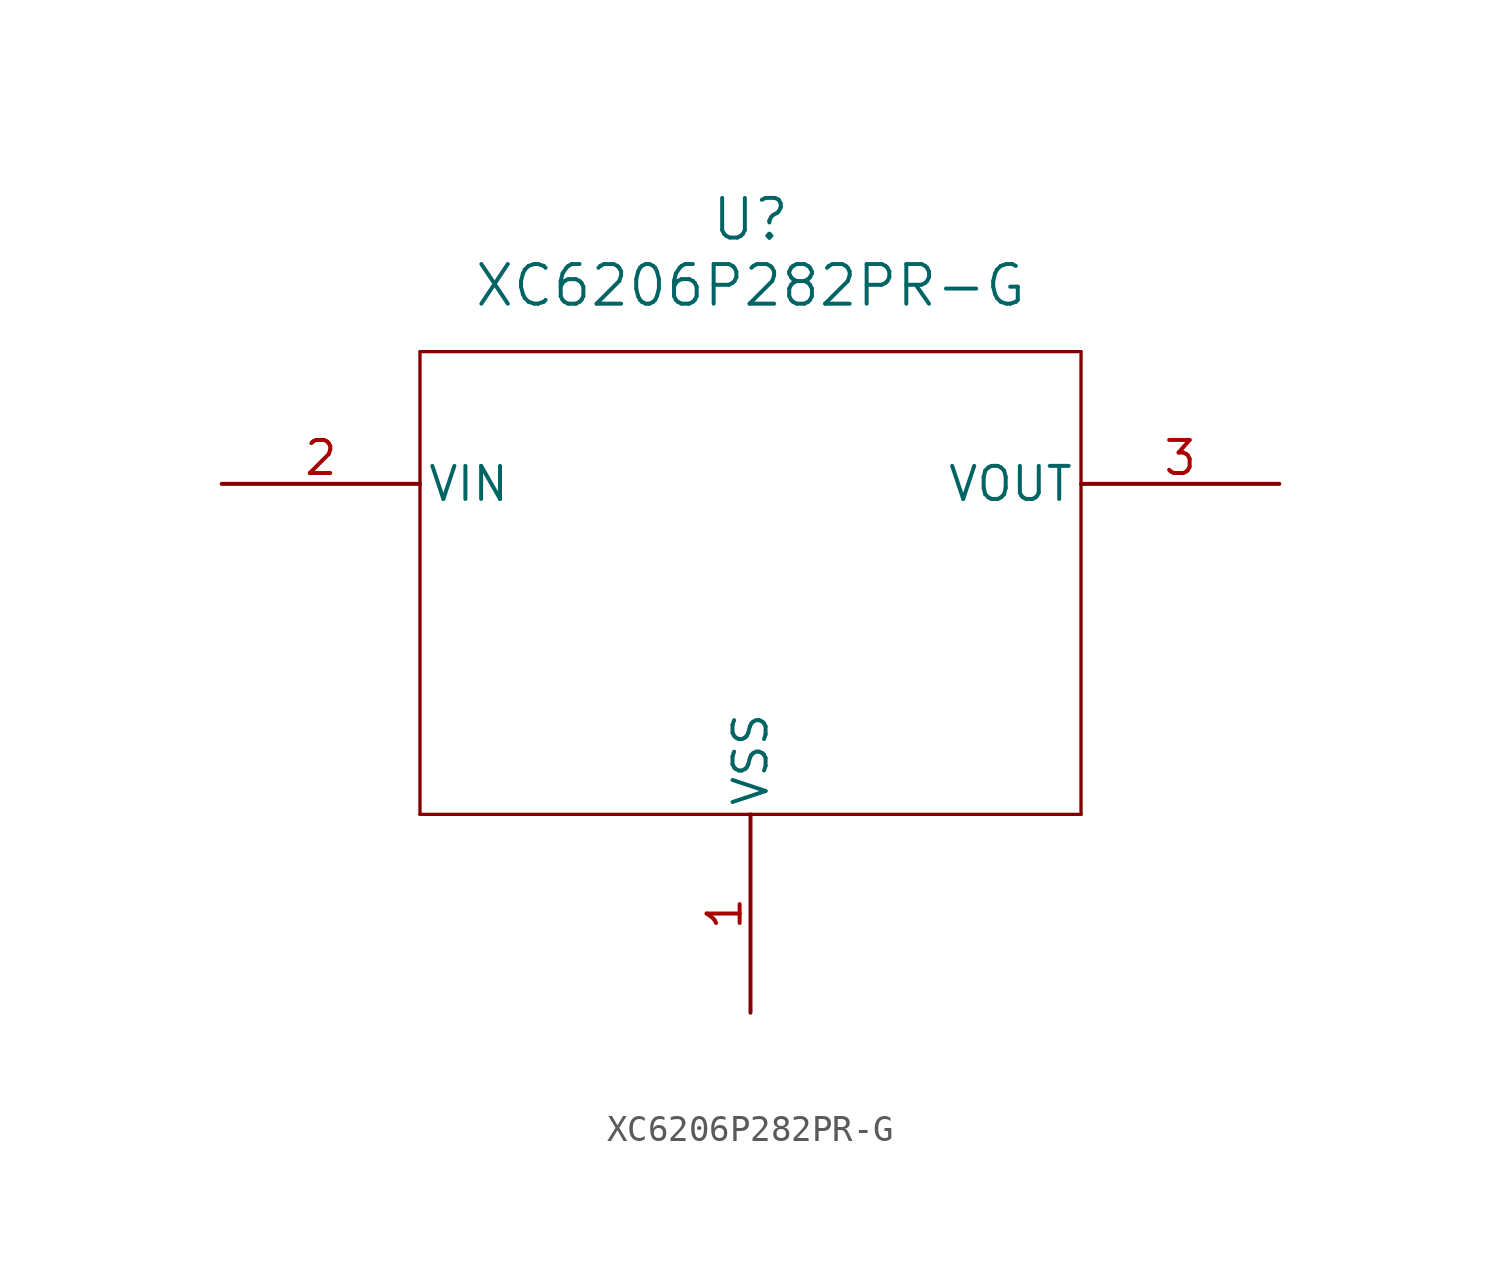
<source format=kicad_sym>
(kicad_symbol_lib
  (version 20211014)
  (generator kicad_symbol_editor)
  (symbol "XC6206P282PR-G"
    (pin_names
      (offset 0.254))
    (property "Reference" "U"
      (at 20.32 10.16 0)
      (effects (font (size 1.524 1.524))))
    (property "Value" "XC6206P282PR-G"
      (at 20.32 7.62 0)
      (effects (font (size 1.524 1.524))))
    (symbol "XC6206P282PR-G_0_1"
      (polyline (pts (xy 7.62 5.08) (xy 7.62 -12.7)) (stroke (width 0.127) (type default) (color 0 0 0 0)) (fill (type none)))
      (polyline (pts (xy 7.62 -12.7) (xy 33.02 -12.7)) (stroke (width 0.127) (type default) (color 0 0 0 0)) (fill (type none)))
      (polyline (pts (xy 33.02 -12.7) (xy 33.02 5.08)) (stroke (width 0.127) (type default) (color 0 0 0 0)) (fill (type none)))
      (polyline (pts (xy 33.02 5.08) (xy 7.62 5.08)) (stroke (width 0.127) (type default) (color 0 0 0 0)) (fill (type none)))
      (pin power_out line (at 20.32 -20.32 90) (length 7.62) (name "VSS" (effects (font (size 1.27 1.27)))) (number "1" (effects (font (size 1.27 1.27)))))
      (pin power_in line (at 0 0 0) (length 7.62) (name "VIN" (effects (font (size 1.27 1.27)))) (number "2" (effects (font (size 1.27 1.27)))))
      (pin output line (at 40.64 0 180) (length 7.62) (name "VOUT" (effects (font (size 1.27 1.27)))) (number "3" (effects (font (size 1.27 1.27))))))))
</source>
